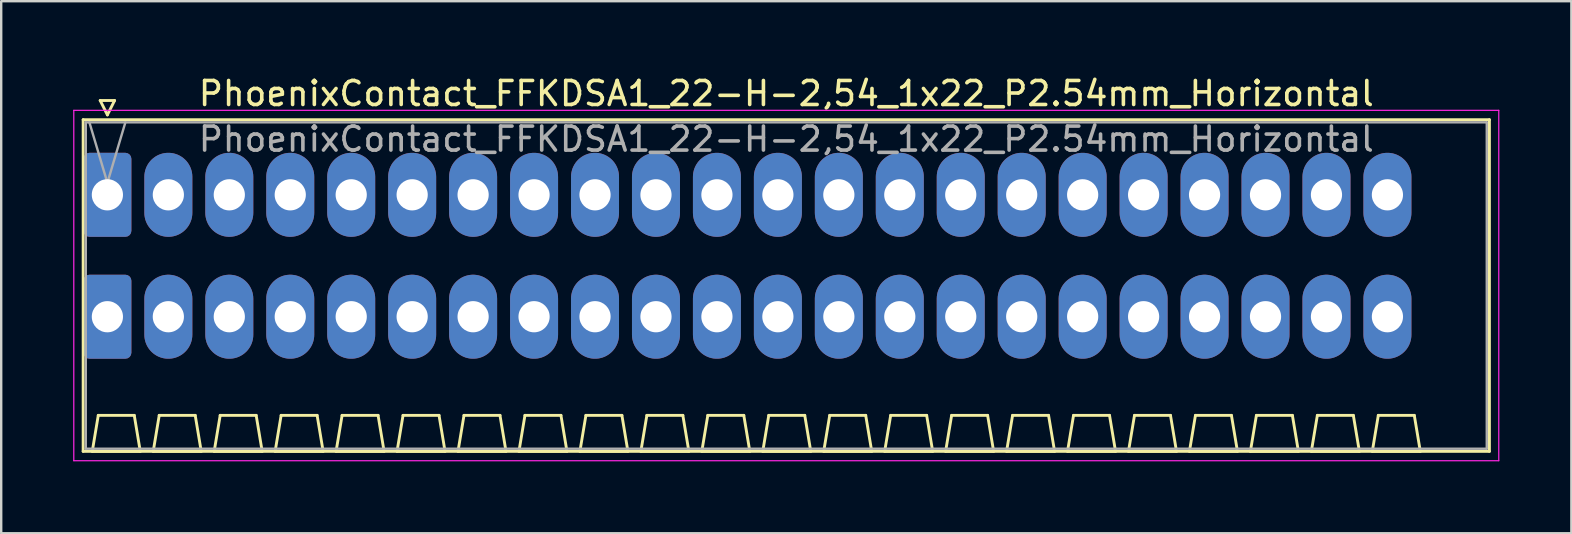
<source format=kicad_pcb>
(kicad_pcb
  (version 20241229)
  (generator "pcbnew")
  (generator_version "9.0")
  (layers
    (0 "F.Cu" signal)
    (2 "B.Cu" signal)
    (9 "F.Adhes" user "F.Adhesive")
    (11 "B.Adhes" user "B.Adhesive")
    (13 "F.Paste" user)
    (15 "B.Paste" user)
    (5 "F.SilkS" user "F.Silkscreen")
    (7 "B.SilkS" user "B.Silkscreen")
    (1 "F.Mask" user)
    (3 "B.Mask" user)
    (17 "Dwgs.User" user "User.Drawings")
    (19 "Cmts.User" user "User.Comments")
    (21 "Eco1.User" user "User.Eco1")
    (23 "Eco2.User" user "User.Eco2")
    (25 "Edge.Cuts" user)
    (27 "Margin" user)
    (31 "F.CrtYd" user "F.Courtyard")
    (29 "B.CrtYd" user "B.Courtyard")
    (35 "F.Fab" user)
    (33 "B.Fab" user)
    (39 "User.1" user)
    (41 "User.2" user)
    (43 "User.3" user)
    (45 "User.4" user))
  (footprint "PhoenixContact_FFKDSA1_22-H-2,54_1x22_P2.54mm_Horizontal"
    (layer "F.Cu")
    (at 1.425 5.068)
    (property "Reference" "PhoenixContact_FFKDSA1_22-H-2,54_1x22_P2.54mm_Horizontal" (at 28.29 -4.22 0) (layer "F.SilkS") (effects (font (size 1 1) (thickness 0.15))))
    (attr through_hole)
    (fp_line (start -1.01 -3.13) (end -1.01 10.69) (stroke (width 0.12) (type solid)) (layer "F.SilkS"))
    (fp_line (start -1.01 10.69) (end 57.59 10.69) (stroke (width 0.12) (type solid)) (layer "F.SilkS"))
    (fp_line (start -0.63 10.69) (end 1.37 10.69) (stroke (width 0.12) (type solid)) (layer "F.SilkS"))
    (fp_line (start -0.38 9.19) (end -0.63 10.69) (stroke (width 0.12) (type solid)) (layer "F.SilkS"))
    (fp_line (start -0.3 -3.93) (end 0.3 -3.93) (stroke (width 0.12) (type solid)) (layer "F.SilkS"))
    (fp_line (start 0 -3.33) (end -0.3 -3.93) (stroke (width 0.12) (type solid)) (layer "F.SilkS"))
    (fp_line (start 0.3 -3.93) (end 0 -3.33) (stroke (width 0.12) (type solid)) (layer "F.SilkS"))
    (fp_line (start 1.12 9.19) (end -0.38 9.19) (stroke (width 0.12) (type solid)) (layer "F.SilkS"))
    (fp_line (start 1.37 10.69) (end 1.12 9.19) (stroke (width 0.12) (type solid)) (layer "F.SilkS"))
    (fp_line (start 1.91 10.69) (end 3.91 10.69) (stroke (width 0.12) (type solid)) (layer "F.SilkS"))
    (fp_line (start 2.16 9.19) (end 1.91 10.69) (stroke (width 0.12) (type solid)) (layer "F.SilkS"))
    (fp_line (start 3.66 9.19) (end 2.16 9.19) (stroke (width 0.12) (type solid)) (layer "F.SilkS"))
    (fp_line (start 3.91 10.69) (end 3.66 9.19) (stroke (width 0.12) (type solid)) (layer "F.SilkS"))
    (fp_line (start 4.45 10.69) (end 6.45 10.69) (stroke (width 0.12) (type solid)) (layer "F.SilkS"))
    (fp_line (start 4.7 9.19) (end 4.45 10.69) (stroke (width 0.12) (type solid)) (layer "F.SilkS"))
    (fp_line (start 6.2 9.19) (end 4.7 9.19) (stroke (width 0.12) (type solid)) (layer "F.SilkS"))
    (fp_line (start 6.45 10.69) (end 6.2 9.19) (stroke (width 0.12) (type solid)) (layer "F.SilkS"))
    (fp_line (start 6.99 10.69) (end 8.99 10.69) (stroke (width 0.12) (type solid)) (layer "F.SilkS"))
    (fp_line (start 7.24 9.19) (end 6.99 10.69) (stroke (width 0.12) (type solid)) (layer "F.SilkS"))
    (fp_line (start 8.74 9.19) (end 7.24 9.19) (stroke (width 0.12) (type solid)) (layer "F.SilkS"))
    (fp_line (start 8.99 10.69) (end 8.74 9.19) (stroke (width 0.12) (type solid)) (layer "F.SilkS"))
    (fp_line (start 9.53 10.69) (end 11.53 10.69) (stroke (width 0.12) (type solid)) (layer "F.SilkS"))
    (fp_line (start 9.78 9.19) (end 9.53 10.69) (stroke (width 0.12) (type solid)) (layer "F.SilkS"))
    (fp_line (start 11.28 9.19) (end 9.78 9.19) (stroke (width 0.12) (type solid)) (layer "F.SilkS"))
    (fp_line (start 11.53 10.69) (end 11.28 9.19) (stroke (width 0.12) (type solid)) (layer "F.SilkS"))
    (fp_line (start 12.07 10.69) (end 14.07 10.69) (stroke (width 0.12) (type solid)) (layer "F.SilkS"))
    (fp_line (start 12.32 9.19) (end 12.07 10.69) (stroke (width 0.12) (type solid)) (layer "F.SilkS"))
    (fp_line (start 13.82 9.19) (end 12.32 9.19) (stroke (width 0.12) (type solid)) (layer "F.SilkS"))
    (fp_line (start 14.07 10.69) (end 13.82 9.19) (stroke (width 0.12) (type solid)) (layer "F.SilkS"))
    (fp_line (start 14.61 10.69) (end 16.61 10.69) (stroke (width 0.12) (type solid)) (layer "F.SilkS"))
    (fp_line (start 14.86 9.19) (end 14.61 10.69) (stroke (width 0.12) (type solid)) (layer "F.SilkS"))
    (fp_line (start 16.36 9.19) (end 14.86 9.19) (stroke (width 0.12) (type solid)) (layer "F.SilkS"))
    (fp_line (start 16.61 10.69) (end 16.36 9.19) (stroke (width 0.12) (type solid)) (layer "F.SilkS"))
    (fp_line (start 17.15 10.69) (end 19.15 10.69) (stroke (width 0.12) (type solid)) (layer "F.SilkS"))
    (fp_line (start 17.4 9.19) (end 17.15 10.69) (stroke (width 0.12) (type solid)) (layer "F.SilkS"))
    (fp_line (start 18.9 9.19) (end 17.4 9.19) (stroke (width 0.12) (type solid)) (layer "F.SilkS"))
    (fp_line (start 19.15 10.69) (end 18.9 9.19) (stroke (width 0.12) (type solid)) (layer "F.SilkS"))
    (fp_line (start 19.69 10.69) (end 21.69 10.69) (stroke (width 0.12) (type solid)) (layer "F.SilkS"))
    (fp_line (start 19.94 9.19) (end 19.69 10.69) (stroke (width 0.12) (type solid)) (layer "F.SilkS"))
    (fp_line (start 21.44 9.19) (end 19.94 9.19) (stroke (width 0.12) (type solid)) (layer "F.SilkS"))
    (fp_line (start 21.69 10.69) (end 21.44 9.19) (stroke (width 0.12) (type solid)) (layer "F.SilkS"))
    (fp_line (start 22.23 10.69) (end 24.23 10.69) (stroke (width 0.12) (type solid)) (layer "F.SilkS"))
    (fp_line (start 22.48 9.19) (end 22.23 10.69) (stroke (width 0.12) (type solid)) (layer "F.SilkS"))
    (fp_line (start 23.98 9.19) (end 22.48 9.19) (stroke (width 0.12) (type solid)) (layer "F.SilkS"))
    (fp_line (start 24.23 10.69) (end 23.98 9.19) (stroke (width 0.12) (type solid)) (layer "F.SilkS"))
    (fp_line (start 24.77 10.69) (end 26.77 10.69) (stroke (width 0.12) (type solid)) (layer "F.SilkS"))
    (fp_line (start 25.02 9.19) (end 24.77 10.69) (stroke (width 0.12) (type solid)) (layer "F.SilkS"))
    (fp_line (start 26.52 9.19) (end 25.02 9.19) (stroke (width 0.12) (type solid)) (layer "F.SilkS"))
    (fp_line (start 26.77 10.69) (end 26.52 9.19) (stroke (width 0.12) (type solid)) (layer "F.SilkS"))
    (fp_line (start 27.31 10.69) (end 29.31 10.69) (stroke (width 0.12) (type solid)) (layer "F.SilkS"))
    (fp_line (start 27.56 9.19) (end 27.31 10.69) (stroke (width 0.12) (type solid)) (layer "F.SilkS"))
    (fp_line (start 29.06 9.19) (end 27.56 9.19) (stroke (width 0.12) (type solid)) (layer "F.SilkS"))
    (fp_line (start 29.31 10.69) (end 29.06 9.19) (stroke (width 0.12) (type solid)) (layer "F.SilkS"))
    (fp_line (start 29.85 10.69) (end 31.85 10.69) (stroke (width 0.12) (type solid)) (layer "F.SilkS"))
    (fp_line (start 30.1 9.19) (end 29.85 10.69) (stroke (width 0.12) (type solid)) (layer "F.SilkS"))
    (fp_line (start 31.6 9.19) (end 30.1 9.19) (stroke (width 0.12) (type solid)) (layer "F.SilkS"))
    (fp_line (start 31.85 10.69) (end 31.6 9.19) (stroke (width 0.12) (type solid)) (layer "F.SilkS"))
    (fp_line (start 32.39 10.69) (end 34.39 10.69) (stroke (width 0.12) (type solid)) (layer "F.SilkS"))
    (fp_line (start 32.64 9.19) (end 32.39 10.69) (stroke (width 0.12) (type solid)) (layer "F.SilkS"))
    (fp_line (start 34.14 9.19) (end 32.64 9.19) (stroke (width 0.12) (type solid)) (layer "F.SilkS"))
    (fp_line (start 34.39 10.69) (end 34.14 9.19) (stroke (width 0.12) (type solid)) (layer "F.SilkS"))
    (fp_line (start 34.93 10.69) (end 36.93 10.69) (stroke (width 0.12) (type solid)) (layer "F.SilkS"))
    (fp_line (start 35.18 9.19) (end 34.93 10.69) (stroke (width 0.12) (type solid)) (layer "F.SilkS"))
    (fp_line (start 36.68 9.19) (end 35.18 9.19) (stroke (width 0.12) (type solid)) (layer "F.SilkS"))
    (fp_line (start 36.93 10.69) (end 36.68 9.19) (stroke (width 0.12) (type solid)) (layer "F.SilkS"))
    (fp_line (start 37.47 10.69) (end 39.47 10.69) (stroke (width 0.12) (type solid)) (layer "F.SilkS"))
    (fp_line (start 37.72 9.19) (end 37.47 10.69) (stroke (width 0.12) (type solid)) (layer "F.SilkS"))
    (fp_line (start 39.22 9.19) (end 37.72 9.19) (stroke (width 0.12) (type solid)) (layer "F.SilkS"))
    (fp_line (start 39.47 10.69) (end 39.22 9.19) (stroke (width 0.12) (type solid)) (layer "F.SilkS"))
    (fp_line (start 40.01 10.69) (end 42.01 10.69) (stroke (width 0.12) (type solid)) (layer "F.SilkS"))
    (fp_line (start 40.26 9.19) (end 40.01 10.69) (stroke (width 0.12) (type solid)) (layer "F.SilkS"))
    (fp_line (start 41.76 9.19) (end 40.26 9.19) (stroke (width 0.12) (type solid)) (layer "F.SilkS"))
    (fp_line (start 42.01 10.69) (end 41.76 9.19) (stroke (width 0.12) (type solid)) (layer "F.SilkS"))
    (fp_line (start 42.55 10.69) (end 44.55 10.69) (stroke (width 0.12) (type solid)) (layer "F.SilkS"))
    (fp_line (start 42.8 9.19) (end 42.55 10.69) (stroke (width 0.12) (type solid)) (layer "F.SilkS"))
    (fp_line (start 44.3 9.19) (end 42.8 9.19) (stroke (width 0.12) (type solid)) (layer "F.SilkS"))
    (fp_line (start 44.55 10.69) (end 44.3 9.19) (stroke (width 0.12) (type solid)) (layer "F.SilkS"))
    (fp_line (start 45.09 10.69) (end 47.09 10.69) (stroke (width 0.12) (type solid)) (layer "F.SilkS"))
    (fp_line (start 45.34 9.19) (end 45.09 10.69) (stroke (width 0.12) (type solid)) (layer "F.SilkS"))
    (fp_line (start 46.84 9.19) (end 45.34 9.19) (stroke (width 0.12) (type solid)) (layer "F.SilkS"))
    (fp_line (start 47.09 10.69) (end 46.84 9.19) (stroke (width 0.12) (type solid)) (layer "F.SilkS"))
    (fp_line (start 47.63 10.69) (end 49.63 10.69) (stroke (width 0.12) (type solid)) (layer "F.SilkS"))
    (fp_line (start 47.88 9.19) (end 47.63 10.69) (stroke (width 0.12) (type solid)) (layer "F.SilkS"))
    (fp_line (start 49.38 9.19) (end 47.88 9.19) (stroke (width 0.12) (type solid)) (layer "F.SilkS"))
    (fp_line (start 49.63 10.69) (end 49.38 9.19) (stroke (width 0.12) (type solid)) (layer "F.SilkS"))
    (fp_line (start 50.17 10.69) (end 52.17 10.69) (stroke (width 0.12) (type solid)) (layer "F.SilkS"))
    (fp_line (start 50.42 9.19) (end 50.17 10.69) (stroke (width 0.12) (type solid)) (layer "F.SilkS"))
    (fp_line (start 51.92 9.19) (end 50.42 9.19) (stroke (width 0.12) (type solid)) (layer "F.SilkS"))
    (fp_line (start 52.17 10.69) (end 51.92 9.19) (stroke (width 0.12) (type solid)) (layer "F.SilkS"))
    (fp_line (start 52.71 10.69) (end 54.71 10.69) (stroke (width 0.12) (type solid)) (layer "F.SilkS"))
    (fp_line (start 52.96 9.19) (end 52.71 10.69) (stroke (width 0.12) (type solid)) (layer "F.SilkS"))
    (fp_line (start 54.46 9.19) (end 52.96 9.19) (stroke (width 0.12) (type solid)) (layer "F.SilkS"))
    (fp_line (start 54.71 10.69) (end 54.46 9.19) (stroke (width 0.12) (type solid)) (layer "F.SilkS"))
    (fp_line (start 57.59 -3.13) (end -1.01 -3.13) (stroke (width 0.12) (type solid)) (layer "F.SilkS"))
    (fp_line (start 57.59 10.69) (end 57.59 -3.13) (stroke (width 0.12) (type solid)) (layer "F.SilkS"))
    (fp_line (start -1.4 -3.52) (end -1.4 11.08) (stroke (width 0.05) (type solid)) (layer "F.CrtYd"))
    (fp_line (start -1.4 11.08) (end 57.98 11.08) (stroke (width 0.05) (type solid)) (layer "F.CrtYd"))
    (fp_line (start 57.98 -3.52) (end -1.4 -3.52) (stroke (width 0.05) (type solid)) (layer "F.CrtYd"))
    (fp_line (start 57.98 11.08) (end 57.98 -3.52) (stroke (width 0.05) (type solid)) (layer "F.CrtYd"))
    (fp_line (start -0.9 -3.02) (end -0.9 10.58) (stroke (width 0.1) (type solid)) (layer "F.Fab"))
    (fp_line (start -0.9 10.58) (end 57.48 10.58) (stroke (width 0.1) (type solid)) (layer "F.Fab"))
    (fp_line (start 0 -0.5) (end -0.75 -3.02) (stroke (width 0.1) (type solid)) (layer "F.Fab"))
    (fp_line (start 0.75 -3.02) (end 0 -0.5) (stroke (width 0.1) (type solid)) (layer "F.Fab"))
    (fp_line (start 57.48 -3.02) (end -0.9 -3.02) (stroke (width 0.1) (type solid)) (layer "F.Fab"))
    (fp_line (start 57.48 10.58) (end 57.48 -3.02) (stroke (width 0.1) (type solid)) (layer "F.Fab"))
    (fp_text user "${REFERENCE}" (at 28.29 -2.32 0) (layer "F.Fab") (effects (font (size 1 1) (thickness 0.15))))
    (pad "1" thru_hole roundrect (at 0 0) (size 2 3.5) (drill 1.3) (layers "*.Cu" "*.Mask") (roundrect_rratio 0.125))
    (pad "1" thru_hole roundrect (at 0 5.08) (size 2 3.5) (drill 1.3) (layers "*.Cu" "*.Mask") (roundrect_rratio 0.125))
    (pad "2" thru_hole oval (at 2.54 0) (size 2 3.5) (drill 1.3) (layers "*.Cu" "*.Mask"))
    (pad "2" thru_hole oval (at 2.54 5.08) (size 2 3.5) (drill 1.3) (layers "*.Cu" "*.Mask"))
    (pad "3" thru_hole oval (at 5.08 0) (size 2 3.5) (drill 1.3) (layers "*.Cu" "*.Mask"))
    (pad "3" thru_hole oval (at 5.08 5.08) (size 2 3.5) (drill 1.3) (layers "*.Cu" "*.Mask"))
    (pad "4" thru_hole oval (at 7.62 0) (size 2 3.5) (drill 1.3) (layers "*.Cu" "*.Mask"))
    (pad "4" thru_hole oval (at 7.62 5.08) (size 2 3.5) (drill 1.3) (layers "*.Cu" "*.Mask"))
    (pad "5" thru_hole oval (at 10.16 0) (size 2 3.5) (drill 1.3) (layers "*.Cu" "*.Mask"))
    (pad "5" thru_hole oval (at 10.16 5.08) (size 2 3.5) (drill 1.3) (layers "*.Cu" "*.Mask"))
    (pad "6" thru_hole oval (at 12.7 0) (size 2 3.5) (drill 1.3) (layers "*.Cu" "*.Mask"))
    (pad "6" thru_hole oval (at 12.7 5.08) (size 2 3.5) (drill 1.3) (layers "*.Cu" "*.Mask"))
    (pad "7" thru_hole oval (at 15.24 0) (size 2 3.5) (drill 1.3) (layers "*.Cu" "*.Mask"))
    (pad "7" thru_hole oval (at 15.24 5.08) (size 2 3.5) (drill 1.3) (layers "*.Cu" "*.Mask"))
    (pad "8" thru_hole oval (at 17.78 0) (size 2 3.5) (drill 1.3) (layers "*.Cu" "*.Mask"))
    (pad "8" thru_hole oval (at 17.78 5.08) (size 2 3.5) (drill 1.3) (layers "*.Cu" "*.Mask"))
    (pad "9" thru_hole oval (at 20.32 0) (size 2 3.5) (drill 1.3) (layers "*.Cu" "*.Mask"))
    (pad "9" thru_hole oval (at 20.32 5.08) (size 2 3.5) (drill 1.3) (layers "*.Cu" "*.Mask"))
    (pad "10" thru_hole oval (at 22.86 0) (size 2 3.5) (drill 1.3) (layers "*.Cu" "*.Mask"))
    (pad "10" thru_hole oval (at 22.86 5.08) (size 2 3.5) (drill 1.3) (layers "*.Cu" "*.Mask"))
    (pad "11" thru_hole oval (at 25.4 0) (size 2 3.5) (drill 1.3) (layers "*.Cu" "*.Mask"))
    (pad "11" thru_hole oval (at 25.4 5.08) (size 2 3.5) (drill 1.3) (layers "*.Cu" "*.Mask"))
    (pad "12" thru_hole oval (at 27.94 0) (size 2 3.5) (drill 1.3) (layers "*.Cu" "*.Mask"))
    (pad "12" thru_hole oval (at 27.94 5.08) (size 2 3.5) (drill 1.3) (layers "*.Cu" "*.Mask"))
    (pad "13" thru_hole oval (at 30.48 0) (size 2 3.5) (drill 1.3) (layers "*.Cu" "*.Mask"))
    (pad "13" thru_hole oval (at 30.48 5.08) (size 2 3.5) (drill 1.3) (layers "*.Cu" "*.Mask"))
    (pad "14" thru_hole oval (at 33.02 0) (size 2 3.5) (drill 1.3) (layers "*.Cu" "*.Mask"))
    (pad "14" thru_hole oval (at 33.02 5.08) (size 2 3.5) (drill 1.3) (layers "*.Cu" "*.Mask"))
    (pad "15" thru_hole oval (at 35.56 0) (size 2 3.5) (drill 1.3) (layers "*.Cu" "*.Mask"))
    (pad "15" thru_hole oval (at 35.56 5.08) (size 2 3.5) (drill 1.3) (layers "*.Cu" "*.Mask"))
    (pad "16" thru_hole oval (at 38.1 0) (size 2 3.5) (drill 1.3) (layers "*.Cu" "*.Mask"))
    (pad "16" thru_hole oval (at 38.1 5.08) (size 2 3.5) (drill 1.3) (layers "*.Cu" "*.Mask"))
    (pad "17" thru_hole oval (at 40.64 0) (size 2 3.5) (drill 1.3) (layers "*.Cu" "*.Mask"))
    (pad "17" thru_hole oval (at 40.64 5.08) (size 2 3.5) (drill 1.3) (layers "*.Cu" "*.Mask"))
    (pad "18" thru_hole oval (at 43.18 0) (size 2 3.5) (drill 1.3) (layers "*.Cu" "*.Mask"))
    (pad "18" thru_hole oval (at 43.18 5.08) (size 2 3.5) (drill 1.3) (layers "*.Cu" "*.Mask"))
    (pad "19" thru_hole oval (at 45.72 0) (size 2 3.5) (drill 1.3) (layers "*.Cu" "*.Mask"))
    (pad "19" thru_hole oval (at 45.72 5.08) (size 2 3.5) (drill 1.3) (layers "*.Cu" "*.Mask"))
    (pad "20" thru_hole oval (at 48.26 0) (size 2 3.5) (drill 1.3) (layers "*.Cu" "*.Mask"))
    (pad "20" thru_hole oval (at 48.26 5.08) (size 2 3.5) (drill 1.3) (layers "*.Cu" "*.Mask"))
    (pad "21" thru_hole oval (at 50.8 0) (size 2 3.5) (drill 1.3) (layers "*.Cu" "*.Mask"))
    (pad "21" thru_hole oval (at 50.8 5.08) (size 2 3.5) (drill 1.3) (layers "*.Cu" "*.Mask"))
    (pad "22" thru_hole oval (at 53.34 0) (size 2 3.5) (drill 1.3) (layers "*.Cu" "*.Mask"))
    (pad "22" thru_hole oval (at 53.34 5.08) (size 2 3.5) (drill 1.3) (layers "*.Cu" "*.Mask")))
  (gr_rect
    (start -3 -3)
    (end 62.43 19.173)
    (stroke (width 0.1) (type default))
    (fill no)
    (layer "Edge.Cuts")))
</source>
